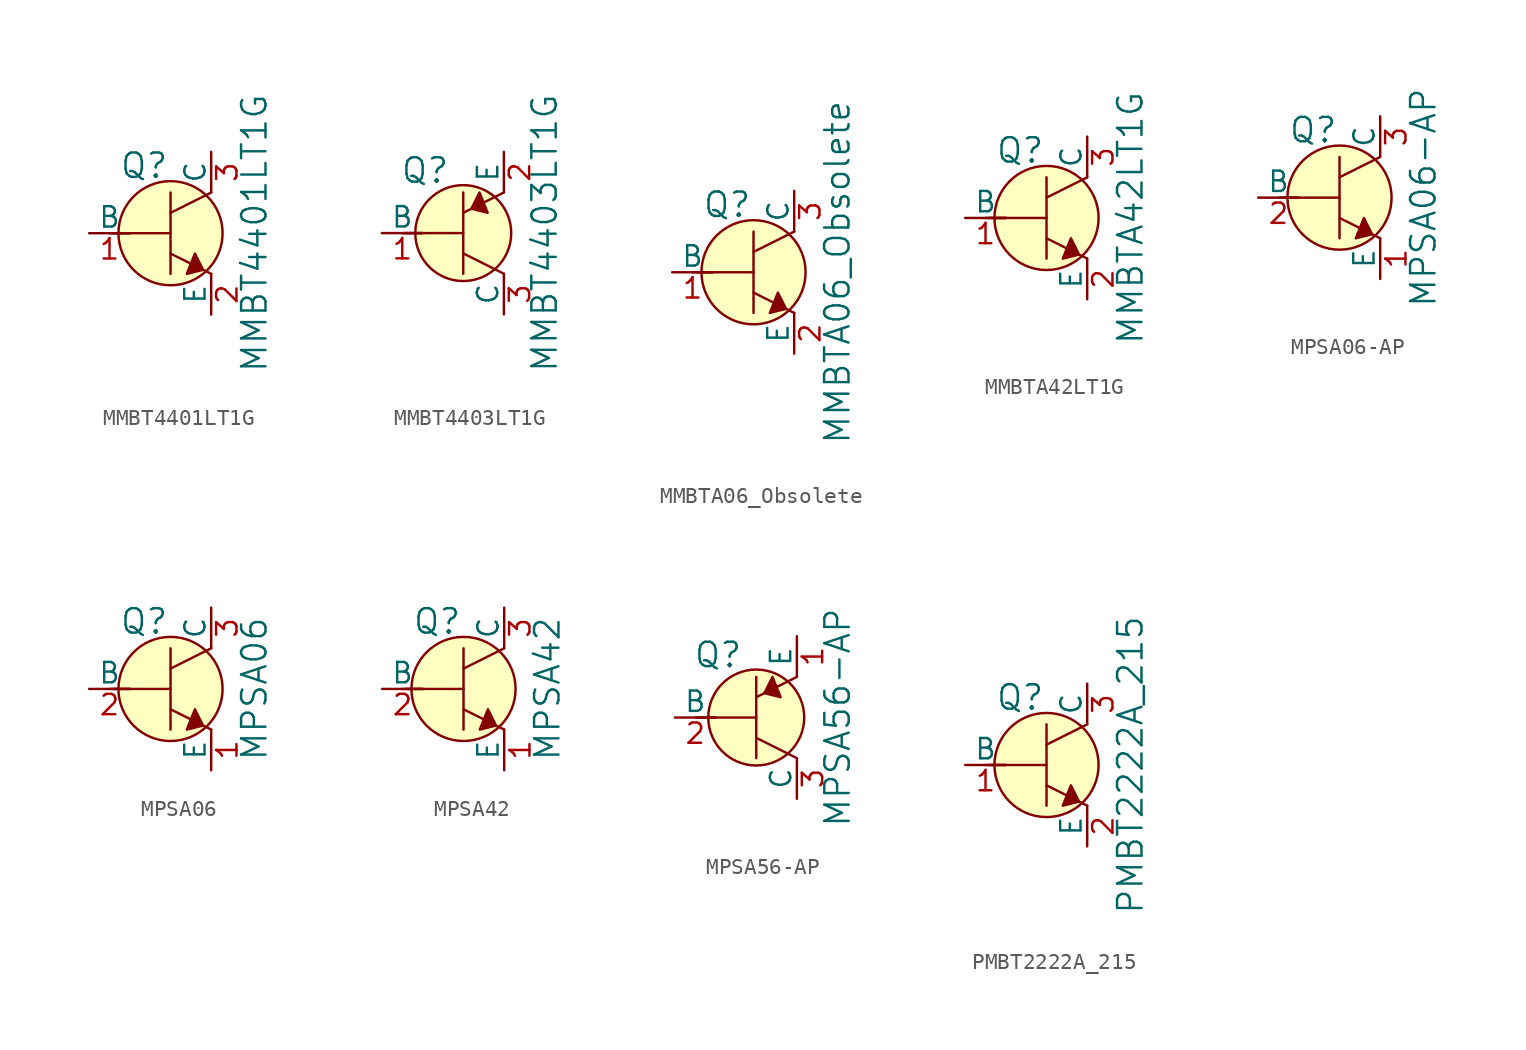
<source format=kicad_sym>
(kicad_symbol_lib
  (version 20201005)
  (generator kicad_symbol_editor)
  (symbol "MMBT4401LT1G"
    (pin_names
      (offset 0))
    (property "Reference" "Q"
      (at -3.2 4.216 0)
      (effects (font (size 1.524 1.524)) (justify left)))
    (property "Value" "MMBT4401LT1G"
      (at 5.232 0 90)
      (effects (font (size 1.524 1.524))))
    (symbol "MMBT4401LT1G_0_1"
      (circle (center 0 0) (radius 3.251) (stroke (width 0)) (fill (type background)))
      (polyline (pts (xy -3.81 0) (xy -2.54 0)) (stroke (width 0)) (fill (type none)))
      (polyline (pts (xy -3.556 0) (xy 0 0)) (stroke (width 0)) (fill (type none)))
      (polyline (pts (xy 0 -1.27) (xy 2.54 -2.54)) (stroke (width 0)) (fill (type none)))
      (polyline (pts (xy 0 1.27) (xy 2.54 2.54)) (stroke (width 0)) (fill (type none)))
      (polyline (pts (xy 0 2.54) (xy 0 -2.54)) (stroke (width 0)) (fill (type none)))
      (polyline (pts (xy 1.524 -1.27) (xy 2.032 -2.286) (xy 1.016 -2.54) (xy 1.524 -1.27)) (stroke (width 0)) (fill (type outline))))
    (symbol "MMBT4401LT1G_1_1"
      (pin input line (at -5.08 0 0) (length 2.54) (name "B" (effects (font (size 1.27 1.27)))) (number "1" (effects (font (size 1.27 1.27)))))
      (pin passive line (at 2.54 -5.08 90) (length 2.54) (name "E" (effects (font (size 1.27 1.27)))) (number "2" (effects (font (size 1.27 1.27)))))
      (pin passive line (at 2.54 5.08 270) (length 2.54) (name "C" (effects (font (size 1.27 1.27)))) (number "3" (effects (font (size 1.27 1.27)))))))
  (symbol "MMBT4403LT1G"
    (pin_names
      (offset 0))
    (property "Reference" "Q"
      (at -2.388 3.912 0)
      (effects (font (size 1.524 1.524))))
    (property "Value" "MMBT4403LT1G"
      (at 5.08 0 90)
      (effects (font (size 1.524 1.524))))
    (symbol "MMBT4403LT1G_0_1"
      (circle (center 0 0) (radius 2.997) (stroke (width 0)) (fill (type background)))
      (polyline (pts (xy -3.81 0) (xy -2.54 0)) (stroke (width 0)) (fill (type none)))
      (polyline (pts (xy -3.556 0) (xy 0 0)) (stroke (width 0)) (fill (type none)))
      (polyline (pts (xy 0 -1.27) (xy 2.54 -2.54)) (stroke (width 0)) (fill (type none)))
      (polyline (pts (xy 0 1.27) (xy 2.54 2.54)) (stroke (width 0)) (fill (type none)))
      (polyline (pts (xy 0 2.54) (xy 0 -2.54)) (stroke (width 0)) (fill (type none)))
      (polyline (pts (xy 1.016 2.54) (xy 0.508 1.524) (xy 1.524 1.27) (xy 1.016 2.54)) (stroke (width 0)) (fill (type outline))))
    (symbol "MMBT4403LT1G_1_1"
      (pin input line (at -5.08 0 0) (length 2.54) (name "B" (effects (font (size 1.27 1.27)))) (number "1" (effects (font (size 1.27 1.27)))))
      (pin passive line (at 2.54 5.08 270) (length 2.54) (name "E" (effects (font (size 1.27 1.27)))) (number "2" (effects (font (size 1.27 1.27)))))
      (pin passive line (at 2.54 -5.08 90) (length 2.54) (name "C" (effects (font (size 1.27 1.27)))) (number "3" (effects (font (size 1.27 1.27)))))))
  (symbol "MMBTA06_Obsolete"
    (pin_names
      (offset 0))
    (property "Reference" "Q"
      (at -3.2 4.216 0)
      (effects (font (size 1.524 1.524)) (justify left)))
    (property "Value" "MMBTA06_Obsolete"
      (at 5.232 0 90)
      (effects (font (size 1.524 1.524))))
    (symbol "MMBTA06_Obsolete_0_1"
      (circle (center 0 0) (radius 3.251) (stroke (width 0)) (fill (type background)))
      (polyline (pts (xy -3.81 0) (xy -2.54 0)) (stroke (width 0)) (fill (type none)))
      (polyline (pts (xy -3.556 0) (xy 0 0)) (stroke (width 0)) (fill (type none)))
      (polyline (pts (xy 0 -1.27) (xy 2.54 -2.54)) (stroke (width 0)) (fill (type none)))
      (polyline (pts (xy 0 1.27) (xy 2.54 2.54)) (stroke (width 0)) (fill (type none)))
      (polyline (pts (xy 0 2.54) (xy 0 -2.54)) (stroke (width 0)) (fill (type none)))
      (polyline (pts (xy 1.524 -1.27) (xy 2.032 -2.286) (xy 1.016 -2.54) (xy 1.524 -1.27)) (stroke (width 0)) (fill (type outline))))
    (symbol "MMBTA06_Obsolete_1_1"
      (pin input line (at -5.08 0 0) (length 2.54) (name "B" (effects (font (size 1.27 1.27)))) (number "1" (effects (font (size 1.27 1.27)))))
      (pin passive line (at 2.54 -5.08 90) (length 2.54) (name "E" (effects (font (size 1.27 1.27)))) (number "2" (effects (font (size 1.27 1.27)))))
      (pin passive line (at 2.54 5.08 270) (length 2.54) (name "C" (effects (font (size 1.27 1.27)))) (number "3" (effects (font (size 1.27 1.27)))))))
  (symbol "MMBTA42LT1G"
    (pin_names
      (offset 0))
    (property "Reference" "Q"
      (at -3.2 4.216 0)
      (effects (font (size 1.524 1.524)) (justify left)))
    (property "Value" "MMBTA42LT1G"
      (at 5.232 0 90)
      (effects (font (size 1.524 1.524))))
    (symbol "MMBTA42LT1G_0_1"
      (circle (center 0 0) (radius 3.251) (stroke (width 0)) (fill (type background)))
      (polyline (pts (xy -3.81 0) (xy -2.54 0)) (stroke (width 0)) (fill (type none)))
      (polyline (pts (xy -3.556 0) (xy 0 0)) (stroke (width 0)) (fill (type none)))
      (polyline (pts (xy 0 -1.27) (xy 2.54 -2.54)) (stroke (width 0)) (fill (type none)))
      (polyline (pts (xy 0 1.27) (xy 2.54 2.54)) (stroke (width 0)) (fill (type none)))
      (polyline (pts (xy 0 2.54) (xy 0 -2.54)) (stroke (width 0)) (fill (type none)))
      (polyline (pts (xy 1.524 -1.27) (xy 2.032 -2.286) (xy 1.016 -2.54) (xy 1.524 -1.27)) (stroke (width 0)) (fill (type outline))))
    (symbol "MMBTA42LT1G_1_1"
      (pin input line (at -5.08 0 0) (length 2.54) (name "B" (effects (font (size 1.27 1.27)))) (number "1" (effects (font (size 1.27 1.27)))))
      (pin passive line (at 2.54 -5.08 90) (length 2.54) (name "E" (effects (font (size 1.27 1.27)))) (number "2" (effects (font (size 1.27 1.27)))))
      (pin passive line (at 2.54 5.08 270) (length 2.54) (name "C" (effects (font (size 1.27 1.27)))) (number "3" (effects (font (size 1.27 1.27)))))))
  (symbol "MPSA06-AP"
    (pin_names
      (offset 0))
    (property "Reference" "Q"
      (at -3.2 4.216 0)
      (effects (font (size 1.524 1.524)) (justify left)))
    (property "Value" "MPSA06-AP"
      (at 5.232 0 90)
      (effects (font (size 1.524 1.524))))
    (symbol "MPSA06-AP_0_1"
      (circle (center 0 0) (radius 3.251) (stroke (width 0)) (fill (type background)))
      (polyline (pts (xy -3.81 0) (xy -2.54 0)) (stroke (width 0)) (fill (type none)))
      (polyline (pts (xy -3.556 0) (xy 0 0)) (stroke (width 0)) (fill (type none)))
      (polyline (pts (xy 0 -1.27) (xy 2.54 -2.54)) (stroke (width 0)) (fill (type none)))
      (polyline (pts (xy 0 1.27) (xy 2.54 2.54)) (stroke (width 0)) (fill (type none)))
      (polyline (pts (xy 0 2.54) (xy 0 -2.54)) (stroke (width 0)) (fill (type none)))
      (polyline (pts (xy 1.524 -1.27) (xy 2.032 -2.286) (xy 1.016 -2.54) (xy 1.524 -1.27)) (stroke (width 0)) (fill (type outline))))
    (symbol "MPSA06-AP_1_1"
      (pin passive line (at 2.54 -5.08 90) (length 2.54) (name "E" (effects (font (size 1.27 1.27)))) (number "1" (effects (font (size 1.27 1.27)))))
      (pin input line (at -5.08 0 0) (length 2.54) (name "B" (effects (font (size 1.27 1.27)))) (number "2" (effects (font (size 1.27 1.27)))))
      (pin passive line (at 2.54 5.08 270) (length 2.54) (name "C" (effects (font (size 1.27 1.27)))) (number "3" (effects (font (size 1.27 1.27)))))))
  (symbol "MPSA06"
    (pin_names
      (offset 0))
    (property "Reference" "Q"
      (at -3.2 4.216 0)
      (effects (font (size 1.524 1.524)) (justify left)))
    (property "Value" "MPSA06"
      (at 5.232 0 90)
      (effects (font (size 1.524 1.524))))
    (symbol "MPSA06_0_1"
      (circle (center 0 0) (radius 3.251) (stroke (width 0)) (fill (type background)))
      (polyline (pts (xy -3.81 0) (xy -2.54 0)) (stroke (width 0)) (fill (type none)))
      (polyline (pts (xy -3.556 0) (xy 0 0)) (stroke (width 0)) (fill (type none)))
      (polyline (pts (xy 0 -1.27) (xy 2.54 -2.54)) (stroke (width 0)) (fill (type none)))
      (polyline (pts (xy 0 1.27) (xy 2.54 2.54)) (stroke (width 0)) (fill (type none)))
      (polyline (pts (xy 0 2.54) (xy 0 -2.54)) (stroke (width 0)) (fill (type none)))
      (polyline (pts (xy 1.524 -1.27) (xy 2.032 -2.286) (xy 1.016 -2.54) (xy 1.524 -1.27)) (stroke (width 0)) (fill (type outline))))
    (symbol "MPSA06_1_1"
      (pin passive line (at 2.54 -5.08 90) (length 2.54) (name "E" (effects (font (size 1.27 1.27)))) (number "1" (effects (font (size 1.27 1.27)))))
      (pin input line (at -5.08 0 0) (length 2.54) (name "B" (effects (font (size 1.27 1.27)))) (number "2" (effects (font (size 1.27 1.27)))))
      (pin passive line (at 2.54 5.08 270) (length 2.54) (name "C" (effects (font (size 1.27 1.27)))) (number "3" (effects (font (size 1.27 1.27)))))))
  (symbol "MPSA42"
    (pin_names
      (offset 0))
    (property "Reference" "Q"
      (at -3.2 4.216 0)
      (effects (font (size 1.524 1.524)) (justify left)))
    (property "Value" "MPSA42"
      (at 5.232 0 90)
      (effects (font (size 1.524 1.524))))
    (symbol "MPSA42_0_1"
      (circle (center 0 0) (radius 3.251) (stroke (width 0)) (fill (type background)))
      (polyline (pts (xy -3.81 0) (xy -2.54 0)) (stroke (width 0)) (fill (type none)))
      (polyline (pts (xy -3.556 0) (xy 0 0)) (stroke (width 0)) (fill (type none)))
      (polyline (pts (xy 0 -1.27) (xy 2.54 -2.54)) (stroke (width 0)) (fill (type none)))
      (polyline (pts (xy 0 1.27) (xy 2.54 2.54)) (stroke (width 0)) (fill (type none)))
      (polyline (pts (xy 0 2.54) (xy 0 -2.54)) (stroke (width 0)) (fill (type none)))
      (polyline (pts (xy 1.524 -1.27) (xy 2.032 -2.286) (xy 1.016 -2.54) (xy 1.524 -1.27)) (stroke (width 0)) (fill (type outline))))
    (symbol "MPSA42_1_1"
      (pin passive line (at 2.54 -5.08 90) (length 2.54) (name "E" (effects (font (size 1.27 1.27)))) (number "1" (effects (font (size 1.27 1.27)))))
      (pin input line (at -5.08 0 0) (length 2.54) (name "B" (effects (font (size 1.27 1.27)))) (number "2" (effects (font (size 1.27 1.27)))))
      (pin passive line (at 2.54 5.08 270) (length 2.54) (name "C" (effects (font (size 1.27 1.27)))) (number "3" (effects (font (size 1.27 1.27)))))))
  (symbol "MPSA56-AP"
    (pin_names
      (offset 0))
    (property "Reference" "Q"
      (at -2.388 3.912 0)
      (effects (font (size 1.524 1.524))))
    (property "Value" "MPSA56-AP"
      (at 5.08 0 90)
      (effects (font (size 1.524 1.524))))
    (symbol "MPSA56-AP_0_1"
      (circle (center 0 0) (radius 2.997) (stroke (width 0)) (fill (type background)))
      (polyline (pts (xy -3.81 0) (xy -2.54 0)) (stroke (width 0)) (fill (type none)))
      (polyline (pts (xy -3.556 0) (xy 0 0)) (stroke (width 0)) (fill (type none)))
      (polyline (pts (xy 0 -1.27) (xy 2.54 -2.54)) (stroke (width 0)) (fill (type none)))
      (polyline (pts (xy 0 1.27) (xy 2.54 2.54)) (stroke (width 0)) (fill (type none)))
      (polyline (pts (xy 0 2.54) (xy 0 -2.54)) (stroke (width 0)) (fill (type none)))
      (polyline (pts (xy 1.016 2.54) (xy 0.508 1.524) (xy 1.524 1.27) (xy 1.016 2.54)) (stroke (width 0)) (fill (type outline))))
    (symbol "MPSA56-AP_1_1"
      (pin passive line (at 2.54 5.08 270) (length 2.54) (name "E" (effects (font (size 1.27 1.27)))) (number "1" (effects (font (size 1.27 1.27)))))
      (pin input line (at -5.08 0 0) (length 2.54) (name "B" (effects (font (size 1.27 1.27)))) (number "2" (effects (font (size 1.27 1.27)))))
      (pin passive line (at 2.54 -5.08 90) (length 2.54) (name "C" (effects (font (size 1.27 1.27)))) (number "3" (effects (font (size 1.27 1.27)))))))
  (symbol "PMBT2222A_215"
    (pin_names
      (offset 0))
    (property "Reference" "Q"
      (at -3.2 4.216 0)
      (effects (font (size 1.524 1.524)) (justify left)))
    (property "Value" "PMBT2222A_215"
      (at 5.232 0 90)
      (effects (font (size 1.524 1.524))))
    (symbol "PMBT2222A_215_0_1"
      (circle (center 0 0) (radius 3.251) (stroke (width 0)) (fill (type background)))
      (polyline (pts (xy -3.81 0) (xy -2.54 0)) (stroke (width 0)) (fill (type none)))
      (polyline (pts (xy -3.556 0) (xy 0 0)) (stroke (width 0)) (fill (type none)))
      (polyline (pts (xy 0 -1.27) (xy 2.54 -2.54)) (stroke (width 0)) (fill (type none)))
      (polyline (pts (xy 0 1.27) (xy 2.54 2.54)) (stroke (width 0)) (fill (type none)))
      (polyline (pts (xy 0 2.54) (xy 0 -2.54)) (stroke (width 0)) (fill (type none)))
      (polyline (pts (xy 1.524 -1.27) (xy 2.032 -2.286) (xy 1.016 -2.54) (xy 1.524 -1.27)) (stroke (width 0)) (fill (type outline))))
    (symbol "PMBT2222A_215_1_1"
      (pin input line (at -5.08 0 0) (length 2.54) (name "B" (effects (font (size 1.27 1.27)))) (number "1" (effects (font (size 1.27 1.27)))))
      (pin passive line (at 2.54 -5.08 90) (length 2.54) (name "E" (effects (font (size 1.27 1.27)))) (number "2" (effects (font (size 1.27 1.27)))))
      (pin passive line (at 2.54 5.08 270) (length 2.54) (name "C" (effects (font (size 1.27 1.27)))) (number "3" (effects (font (size 1.27 1.27))))))))
</source>
